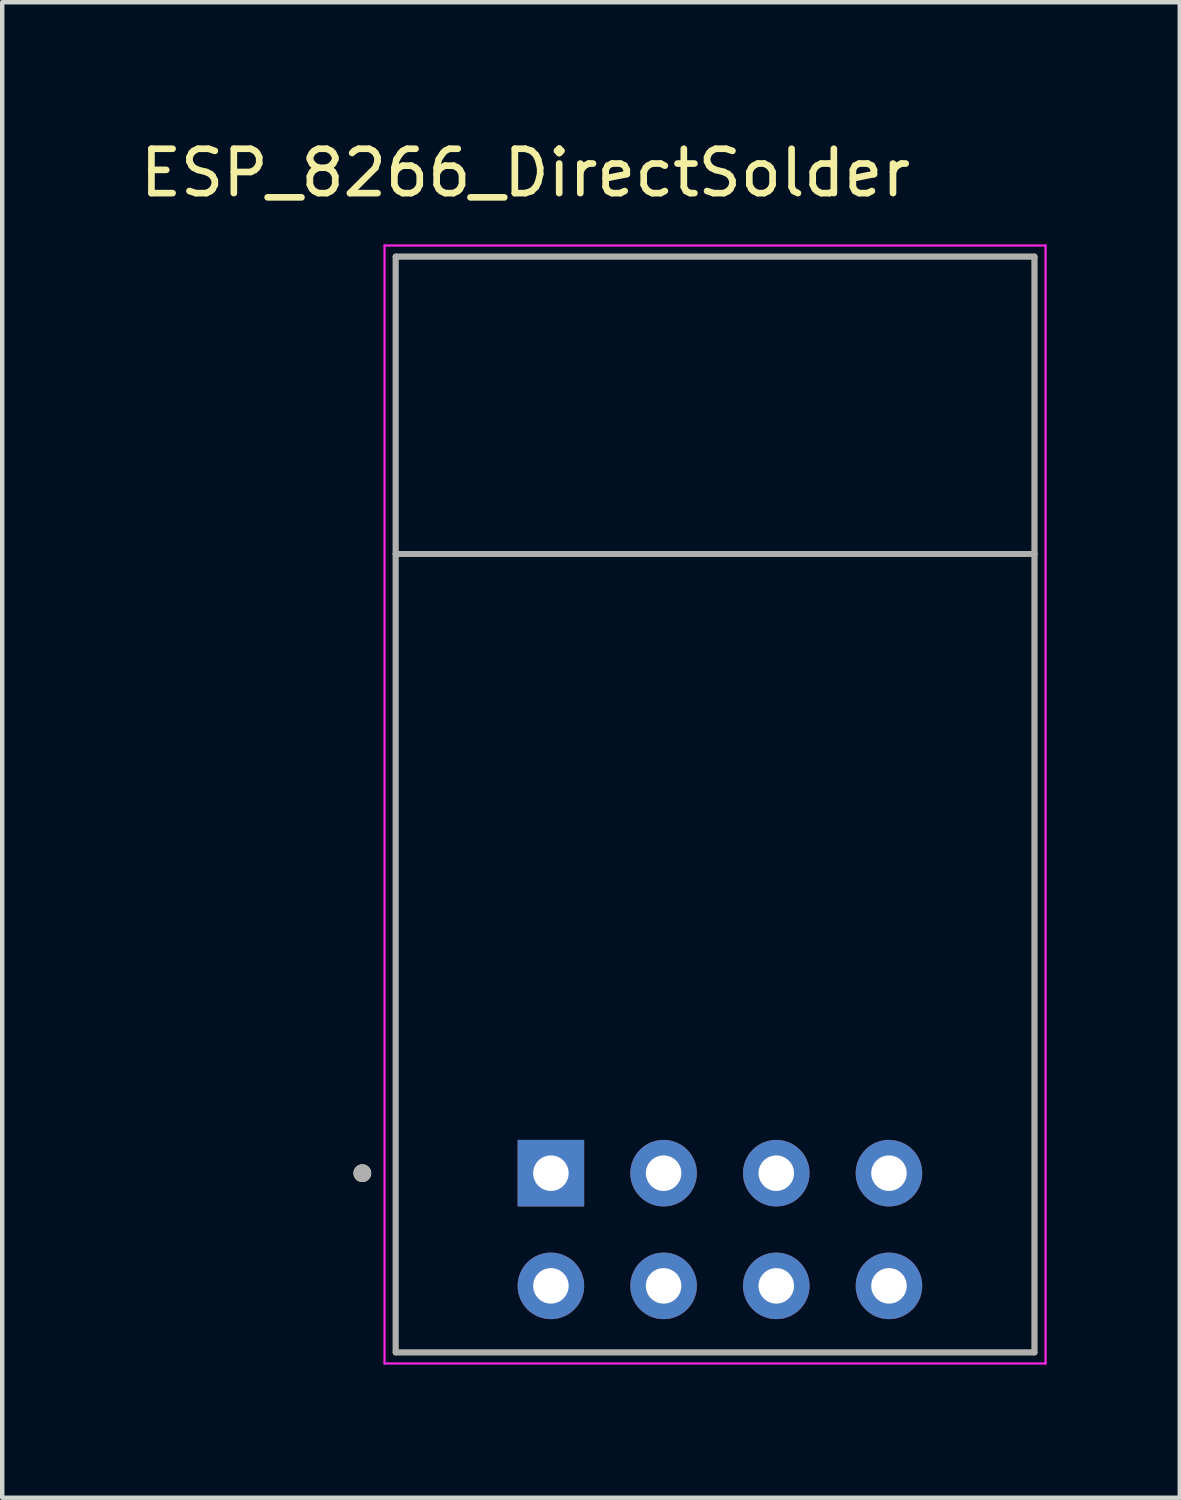
<source format=kicad_pcb>
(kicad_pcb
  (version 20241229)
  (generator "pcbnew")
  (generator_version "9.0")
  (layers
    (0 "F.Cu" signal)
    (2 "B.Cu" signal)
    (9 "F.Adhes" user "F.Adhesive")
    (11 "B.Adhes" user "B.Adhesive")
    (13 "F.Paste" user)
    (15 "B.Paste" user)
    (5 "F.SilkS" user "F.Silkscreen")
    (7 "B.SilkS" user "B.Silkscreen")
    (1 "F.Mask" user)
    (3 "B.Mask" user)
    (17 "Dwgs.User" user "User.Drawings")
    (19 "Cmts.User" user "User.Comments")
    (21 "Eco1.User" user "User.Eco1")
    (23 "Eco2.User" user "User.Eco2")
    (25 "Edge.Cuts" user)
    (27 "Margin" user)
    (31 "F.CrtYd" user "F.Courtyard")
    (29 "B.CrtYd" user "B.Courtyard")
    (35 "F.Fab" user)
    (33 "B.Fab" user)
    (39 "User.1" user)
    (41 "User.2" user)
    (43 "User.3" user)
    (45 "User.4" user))
  (footprint "ESP_8266_DirectSolder"
    (layer "F.Cu")
    (at 13.177 15.083)
    (property "Reference" "ESP_8266_DirectSolder" (at -4.385 -14.235 0) (layer "F.SilkS") (effects (font (size 1 1) (thickness 0.15))))
    (attr through_hole)
    (fp_line (start -7.31 -12.35) (end 7.09 -12.35) (stroke (width 0.127) (type solid)) (layer "F.SilkS"))
    (fp_line (start -7.31 -5.65) (end -7.31 -12.35) (stroke (width 0.127) (type solid)) (layer "F.SilkS"))
    (fp_line (start -7.31 12.35) (end -7.31 -5.65) (stroke (width 0.127) (type solid)) (layer "F.SilkS"))
    (fp_line (start 7.09 -12.35) (end 7.09 -5.65) (stroke (width 0.127) (type solid)) (layer "F.SilkS"))
    (fp_line (start 7.09 -5.65) (end -7.31 -5.65) (stroke (width 0.127) (type solid)) (layer "F.SilkS"))
    (fp_line (start 7.09 -5.65) (end 7.09 12.35) (stroke (width 0.127) (type solid)) (layer "F.SilkS"))
    (fp_line (start 7.09 12.35) (end -7.31 12.35) (stroke (width 0.127) (type solid)) (layer "F.SilkS"))
    (fp_circle (center -8.06 8.31) (end -7.96 8.31) (stroke (width 0.2) (type solid)) (fill no) (layer "F.SilkS"))
    (fp_line (start -7.56 -12.6) (end -7.56 12.6) (stroke (width 0.05) (type solid)) (layer "F.CrtYd"))
    (fp_line (start -7.56 12.6) (end 7.34 12.6) (stroke (width 0.05) (type solid)) (layer "F.CrtYd"))
    (fp_line (start 7.34 -12.6) (end -7.56 -12.6) (stroke (width 0.05) (type solid)) (layer "F.CrtYd"))
    (fp_line (start 7.34 12.6) (end 7.34 -12.6) (stroke (width 0.05) (type solid)) (layer "F.CrtYd"))
    (fp_line (start -7.31 -12.35) (end 7.09 -12.35) (stroke (width 0.127) (type solid)) (layer "F.Fab"))
    (fp_line (start -7.31 -5.65) (end -7.31 -12.35) (stroke (width 0.127) (type solid)) (layer "F.Fab"))
    (fp_line (start -7.31 12.35) (end -7.31 -5.65) (stroke (width 0.127) (type solid)) (layer "F.Fab"))
    (fp_line (start 7.09 -12.35) (end 7.09 -5.65) (stroke (width 0.127) (type solid)) (layer "F.Fab"))
    (fp_line (start 7.09 -5.65) (end -7.31 -5.65) (stroke (width 0.127) (type solid)) (layer "F.Fab"))
    (fp_line (start 7.09 -5.65) (end 7.09 12.35) (stroke (width 0.127) (type solid)) (layer "F.Fab"))
    (fp_line (start 7.09 12.35) (end -7.31 12.35) (stroke (width 0.127) (type solid)) (layer "F.Fab"))
    (fp_circle (center -8.06 8.31) (end -7.96 8.31) (stroke (width 0.2) (type solid)) (fill no) (layer "F.Fab"))
    (pad "1" thru_hole rect (at -3.81 8.31) (size 1.5 1.5) (drill 0.8) (layers "*.Cu" "*.Mask"))
    (pad "2" thru_hole circle (at -1.27 8.31) (size 1.5 1.5) (drill 0.8) (layers "*.Cu" "*.Mask"))
    (pad "3" thru_hole circle (at 1.27 8.31) (size 1.5 1.5) (drill 0.8) (layers "*.Cu" "*.Mask"))
    (pad "4" thru_hole circle (at 3.81 8.31) (size 1.5 1.5) (drill 0.8) (layers "*.Cu" "*.Mask"))
    (pad "5" thru_hole circle (at -3.81 10.85) (size 1.5 1.5) (drill 0.8) (layers "*.Cu" "*.Mask"))
    (pad "6" thru_hole circle (at -1.27 10.85) (size 1.5 1.5) (drill 0.8) (layers "*.Cu" "*.Mask"))
    (pad "7" thru_hole circle (at 1.27 10.85) (size 1.5 1.5) (drill 0.8) (layers "*.Cu" "*.Mask"))
    (pad "8" thru_hole circle (at 3.81 10.85) (size 1.5 1.5) (drill 0.8) (layers "*.Cu" "*.Mask"))
    (zone (net_name "") (layer "F.Cu") (hatch full 0.508) (connect_pads) (min_thickness 0.01) (filled_areas_thickness no) (keepout (tracks not_allowed) (vias not_allowed) (pads not_allowed) (copperpour not_allowed) (footprints allowed)) (placement (enabled no)) (fill) (polygon (pts (xy 5.867 2.733) (xy 20.267 2.733) (xy 20.267 9.433) (xy 5.867 9.433))))
    (zone (net_name "") (layers "F.Cu" "B.Cu") (hatch full 0.508) (connect_pads) (min_thickness 0.01) (filled_areas_thickness no) (keepout (tracks allowed) (vias not_allowed) (pads allowed) (copperpour allowed) (footprints allowed)) (placement (enabled no)) (fill) (polygon (pts (xy 5.867 2.733) (xy 20.267 2.733) (xy 20.267 9.433) (xy 5.867 9.433)))))
  (gr_rect
    (start -3 -3)
    (end 23.542 30.708)
    (stroke (width 0.1) (type default))
    (fill no)
    (layer "Edge.Cuts")))
</source>
